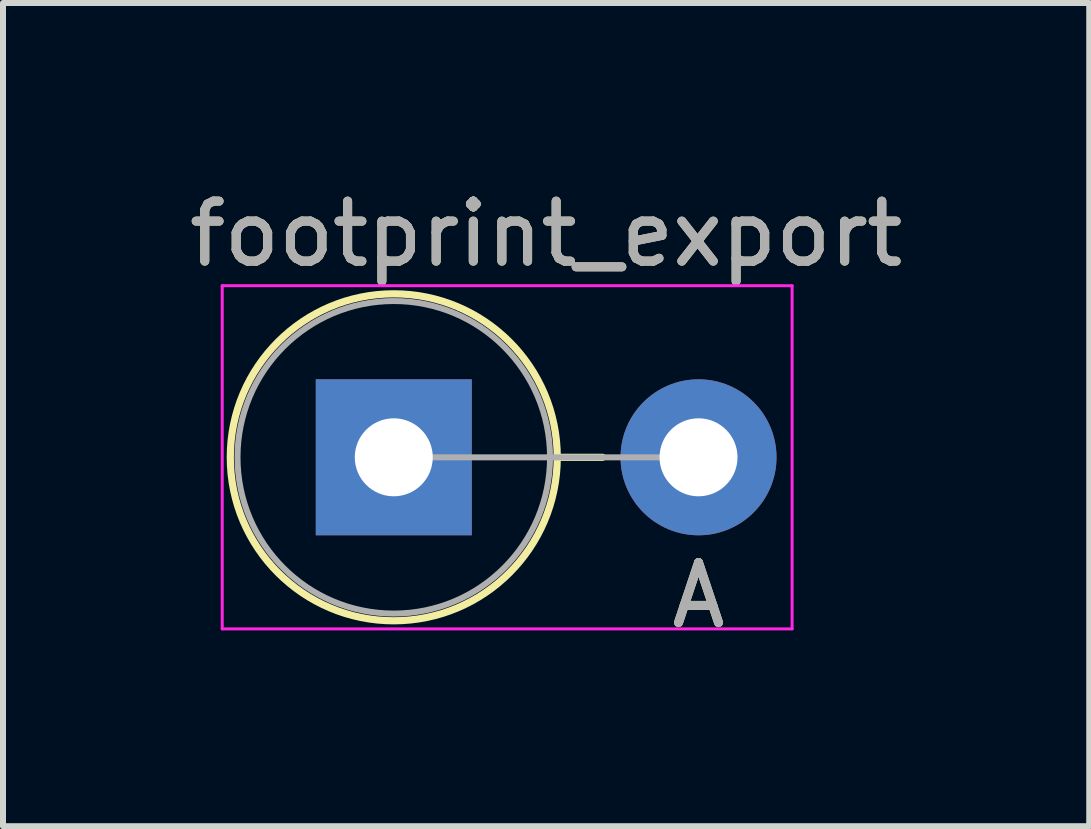
<source format=kicad_pcb>
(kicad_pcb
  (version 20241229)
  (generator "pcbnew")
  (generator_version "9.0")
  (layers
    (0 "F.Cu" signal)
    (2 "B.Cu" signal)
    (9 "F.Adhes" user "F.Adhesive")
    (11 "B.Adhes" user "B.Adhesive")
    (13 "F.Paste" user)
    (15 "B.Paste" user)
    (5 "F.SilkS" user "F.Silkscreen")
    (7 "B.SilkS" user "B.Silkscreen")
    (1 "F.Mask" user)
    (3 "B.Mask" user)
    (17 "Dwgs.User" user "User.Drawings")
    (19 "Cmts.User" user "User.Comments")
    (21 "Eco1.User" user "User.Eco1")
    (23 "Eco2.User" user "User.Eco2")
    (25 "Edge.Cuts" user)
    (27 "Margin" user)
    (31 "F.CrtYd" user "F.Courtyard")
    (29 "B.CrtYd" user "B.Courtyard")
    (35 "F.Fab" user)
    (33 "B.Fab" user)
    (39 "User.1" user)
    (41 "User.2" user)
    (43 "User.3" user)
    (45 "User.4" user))
  (footprint "footprint_export"
    (layer "F.Cu")
    (at 3.514 4.573)
    (property "Reference" "footprint_export" (at 2.54 -3.725 0) (layer "F.SilkS") (effects (font (size 1 1) (thickness 0.15))))
    (attr through_hole)
    (fp_line (start 2.725 0) (end 3.48 0) (stroke (width 0.12) (type solid)) (layer "F.SilkS"))
    (fp_circle (center 0 0) (end 2.725 0) (stroke (width 0.12) (type solid)) (fill no) (layer "F.SilkS"))
    (fp_line (start -2.86 -2.86) (end -2.86 2.86) (stroke (width 0.05) (type solid)) (layer "F.CrtYd"))
    (fp_line (start -2.86 2.86) (end 6.64 2.86) (stroke (width 0.05) (type solid)) (layer "F.CrtYd"))
    (fp_line (start 6.64 -2.86) (end -2.86 -2.86) (stroke (width 0.05) (type solid)) (layer "F.CrtYd"))
    (fp_line (start 6.64 2.86) (end 6.64 -2.86) (stroke (width 0.05) (type solid)) (layer "F.CrtYd"))
    (fp_line (start 0 0) (end 5.08 0) (stroke (width 0.1) (type solid)) (layer "F.Fab"))
    (fp_circle (center 0 0) (end 2.605 0) (stroke (width 0.1) (type solid)) (fill no) (layer "F.Fab"))
    (fp_text user "A" (at 5.08 2.3 0) (layer "F.SilkS") (effects (font (size 1 1) (thickness 0.15))))
    (fp_text user "A" (at 5.08 2.3 0) (layer "F.Fab") (effects (font (size 1 1) (thickness 0.15))))
    (fp_text user "${REFERENCE}" (at 2.54 -3.725 0) (layer "F.Fab") (effects (font (size 1 1) (thickness 0.15))))
    (pad "1" thru_hole rect (at 0 0) (size 2.6 2.6) (drill 1.3) (layers "*.Cu" "*.Mask"))
    (pad "2" thru_hole oval (at 5.08 0) (size 2.6 2.6) (drill 1.3) (layers "*.Cu" "*.Mask")))
  (gr_rect
    (start -3 -3)
    (end 15.107 10.722)
    (stroke (width 0.1) (type default))
    (fill no)
    (layer "Edge.Cuts")))
</source>
